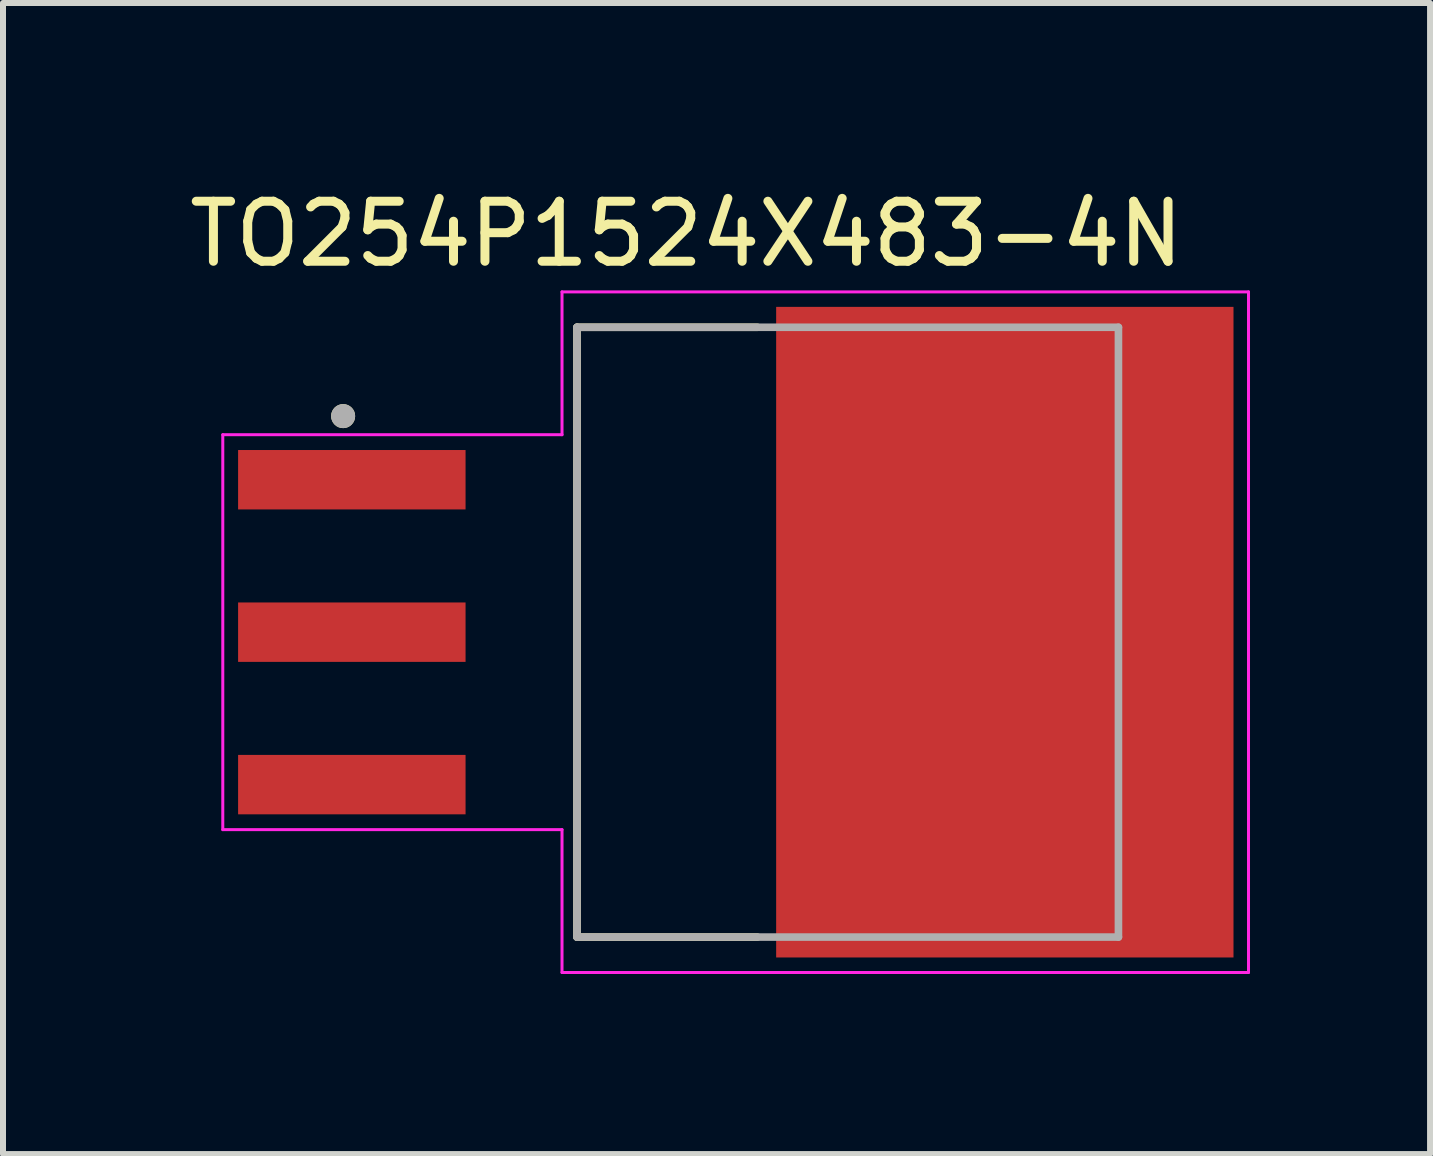
<source format=kicad_pcb>
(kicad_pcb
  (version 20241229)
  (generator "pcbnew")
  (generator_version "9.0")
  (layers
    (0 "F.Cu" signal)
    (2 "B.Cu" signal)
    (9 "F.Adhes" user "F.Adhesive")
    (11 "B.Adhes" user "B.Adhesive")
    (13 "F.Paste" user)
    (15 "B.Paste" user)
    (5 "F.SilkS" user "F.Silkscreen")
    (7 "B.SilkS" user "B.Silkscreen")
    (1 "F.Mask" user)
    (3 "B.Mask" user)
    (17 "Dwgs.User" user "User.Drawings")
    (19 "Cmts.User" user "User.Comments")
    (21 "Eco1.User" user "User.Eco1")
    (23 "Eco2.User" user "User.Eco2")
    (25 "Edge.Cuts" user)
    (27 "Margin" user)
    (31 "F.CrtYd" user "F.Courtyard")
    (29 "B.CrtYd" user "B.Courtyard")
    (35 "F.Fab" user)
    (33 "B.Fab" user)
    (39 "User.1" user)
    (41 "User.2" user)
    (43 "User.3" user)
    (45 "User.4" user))
  (footprint "TO254P1524X483-4N"
    (layer "F.Cu")
    (at 9.212 7.483)
    (property "Reference" "TO254P1524X483-4N" (at -0.825 -6.635 0) (layer "F.SilkS") (effects (font (size 1 1) (thickness 0.15))))
    (attr smd)
    (fp_line (start -2.648 -5.08) (end 0.357 -5.08) (stroke (width 0.127) (type solid)) (layer "F.SilkS"))
    (fp_line (start -2.648 5.08) (end -2.648 -5.08) (stroke (width 0.127) (type solid)) (layer "F.SilkS"))
    (fp_line (start 0.357 5.08) (end -2.648 5.08) (stroke (width 0.127) (type solid)) (layer "F.SilkS"))
    (fp_circle (center -6.545 -3.6) (end -6.445 -3.6) (stroke (width 0.2) (type solid)) (fill no) (layer "F.SilkS"))
    (fp_poly (pts (xy 1.215 -5.13) (xy 2.665 -5.13) (xy 2.665 -3.87) (xy 1.215 -3.87)) (stroke (width 0.01) (type solid)) (fill yes) (layer "F.Paste"))
    (fp_poly (pts (xy 1.215 -3.33) (xy 2.665 -3.33) (xy 2.665 -2.07) (xy 1.215 -2.07)) (stroke (width 0.01) (type solid)) (fill yes) (layer "F.Paste"))
    (fp_poly (pts (xy 1.215 -1.53) (xy 2.665 -1.53) (xy 2.665 -0.27) (xy 1.215 -0.27)) (stroke (width 0.01) (type solid)) (fill yes) (layer "F.Paste"))
    (fp_poly (pts (xy 1.215 0.27) (xy 2.665 0.27) (xy 2.665 1.53) (xy 1.215 1.53)) (stroke (width 0.01) (type solid)) (fill yes) (layer "F.Paste"))
    (fp_poly (pts (xy 1.215 2.07) (xy 2.665 2.07) (xy 2.665 3.33) (xy 1.215 3.33)) (stroke (width 0.01) (type solid)) (fill yes) (layer "F.Paste"))
    (fp_poly (pts (xy 1.215 3.87) (xy 2.665 3.87) (xy 2.665 5.13) (xy 1.215 5.13)) (stroke (width 0.01) (type solid)) (fill yes) (layer "F.Paste"))
    (fp_poly (pts (xy 3.755 -5.13) (xy 5.205 -5.13) (xy 5.205 -3.87) (xy 3.755 -3.87)) (stroke (width 0.01) (type solid)) (fill yes) (layer "F.Paste"))
    (fp_poly (pts (xy 3.755 -3.33) (xy 5.205 -3.33) (xy 5.205 -2.07) (xy 3.755 -2.07)) (stroke (width 0.01) (type solid)) (fill yes) (layer "F.Paste"))
    (fp_poly (pts (xy 3.755 -1.53) (xy 5.205 -1.53) (xy 5.205 -0.27) (xy 3.755 -0.27)) (stroke (width 0.01) (type solid)) (fill yes) (layer "F.Paste"))
    (fp_poly (pts (xy 3.755 0.27) (xy 5.205 0.27) (xy 5.205 1.53) (xy 3.755 1.53)) (stroke (width 0.01) (type solid)) (fill yes) (layer "F.Paste"))
    (fp_poly (pts (xy 3.755 2.07) (xy 5.205 2.07) (xy 5.205 3.33) (xy 3.755 3.33)) (stroke (width 0.01) (type solid)) (fill yes) (layer "F.Paste"))
    (fp_poly (pts (xy 3.755 3.87) (xy 5.205 3.87) (xy 5.205 5.13) (xy 3.755 5.13)) (stroke (width 0.01) (type solid)) (fill yes) (layer "F.Paste"))
    (fp_poly (pts (xy 6.295 -5.13) (xy 7.745 -5.13) (xy 7.745 -3.87) (xy 6.295 -3.87)) (stroke (width 0.01) (type solid)) (fill yes) (layer "F.Paste"))
    (fp_poly (pts (xy 6.295 -3.33) (xy 7.745 -3.33) (xy 7.745 -2.07) (xy 6.295 -2.07)) (stroke (width 0.01) (type solid)) (fill yes) (layer "F.Paste"))
    (fp_poly (pts (xy 6.295 -1.53) (xy 7.745 -1.53) (xy 7.745 -0.27) (xy 6.295 -0.27)) (stroke (width 0.01) (type solid)) (fill yes) (layer "F.Paste"))
    (fp_poly (pts (xy 6.295 0.27) (xy 7.745 0.27) (xy 7.745 1.53) (xy 6.295 1.53)) (stroke (width 0.01) (type solid)) (fill yes) (layer "F.Paste"))
    (fp_poly (pts (xy 6.295 2.07) (xy 7.745 2.07) (xy 7.745 3.33) (xy 6.295 3.33)) (stroke (width 0.01) (type solid)) (fill yes) (layer "F.Paste"))
    (fp_poly (pts (xy 6.295 3.87) (xy 7.745 3.87) (xy 7.745 5.13) (xy 6.295 5.13)) (stroke (width 0.01) (type solid)) (fill yes) (layer "F.Paste"))
    (fp_line (start -8.55 -3.29) (end -2.898 -3.29) (stroke (width 0.05) (type solid)) (layer "F.CrtYd"))
    (fp_line (start -8.55 3.29) (end -8.55 -3.29) (stroke (width 0.05) (type solid)) (layer "F.CrtYd"))
    (fp_line (start -2.898 -5.67) (end 8.54 -5.67) (stroke (width 0.05) (type solid)) (layer "F.CrtYd"))
    (fp_line (start -2.898 -3.29) (end -2.898 -5.67) (stroke (width 0.05) (type solid)) (layer "F.CrtYd"))
    (fp_line (start -2.898 3.29) (end -8.55 3.29) (stroke (width 0.05) (type solid)) (layer "F.CrtYd"))
    (fp_line (start -2.898 5.67) (end -2.898 3.29) (stroke (width 0.05) (type solid)) (layer "F.CrtYd"))
    (fp_line (start 8.54 -5.67) (end 8.54 5.67) (stroke (width 0.05) (type solid)) (layer "F.CrtYd"))
    (fp_line (start 8.54 5.67) (end -2.898 5.67) (stroke (width 0.05) (type solid)) (layer "F.CrtYd"))
    (fp_line (start -2.648 -5.08) (end 6.373 -5.08) (stroke (width 0.127) (type solid)) (layer "F.Fab"))
    (fp_line (start -2.648 5.08) (end -2.648 -5.08) (stroke (width 0.127) (type solid)) (layer "F.Fab"))
    (fp_line (start 6.373 -5.08) (end 6.373 5.08) (stroke (width 0.127) (type solid)) (layer "F.Fab"))
    (fp_line (start 6.373 5.08) (end -2.648 5.08) (stroke (width 0.127) (type solid)) (layer "F.Fab"))
    (fp_circle (center -6.545 -3.6) (end -6.445 -3.6) (stroke (width 0.2) (type solid)) (fill no) (layer "F.Fab"))
    (pad "1" smd rect (at -6.4 -2.54) (size 3.79 0.99) (layers "F.Cu" "F.Mask" "F.Paste"))
    (pad "2" smd rect (at -6.4 0) (size 3.79 0.99) (layers "F.Cu" "F.Mask" "F.Paste"))
    (pad "3" smd rect (at -6.4 2.54) (size 3.79 0.99) (layers "F.Cu" "F.Mask" "F.Paste"))
    (pad "4" smd rect (at 4.48 0) (size 7.62 10.84) (layers "F.Cu" "F.Mask")))
  (gr_rect
    (start -3 -3)
    (end 20.777 16.178)
    (stroke (width 0.1) (type default))
    (fill no)
    (layer "Edge.Cuts")))
</source>
